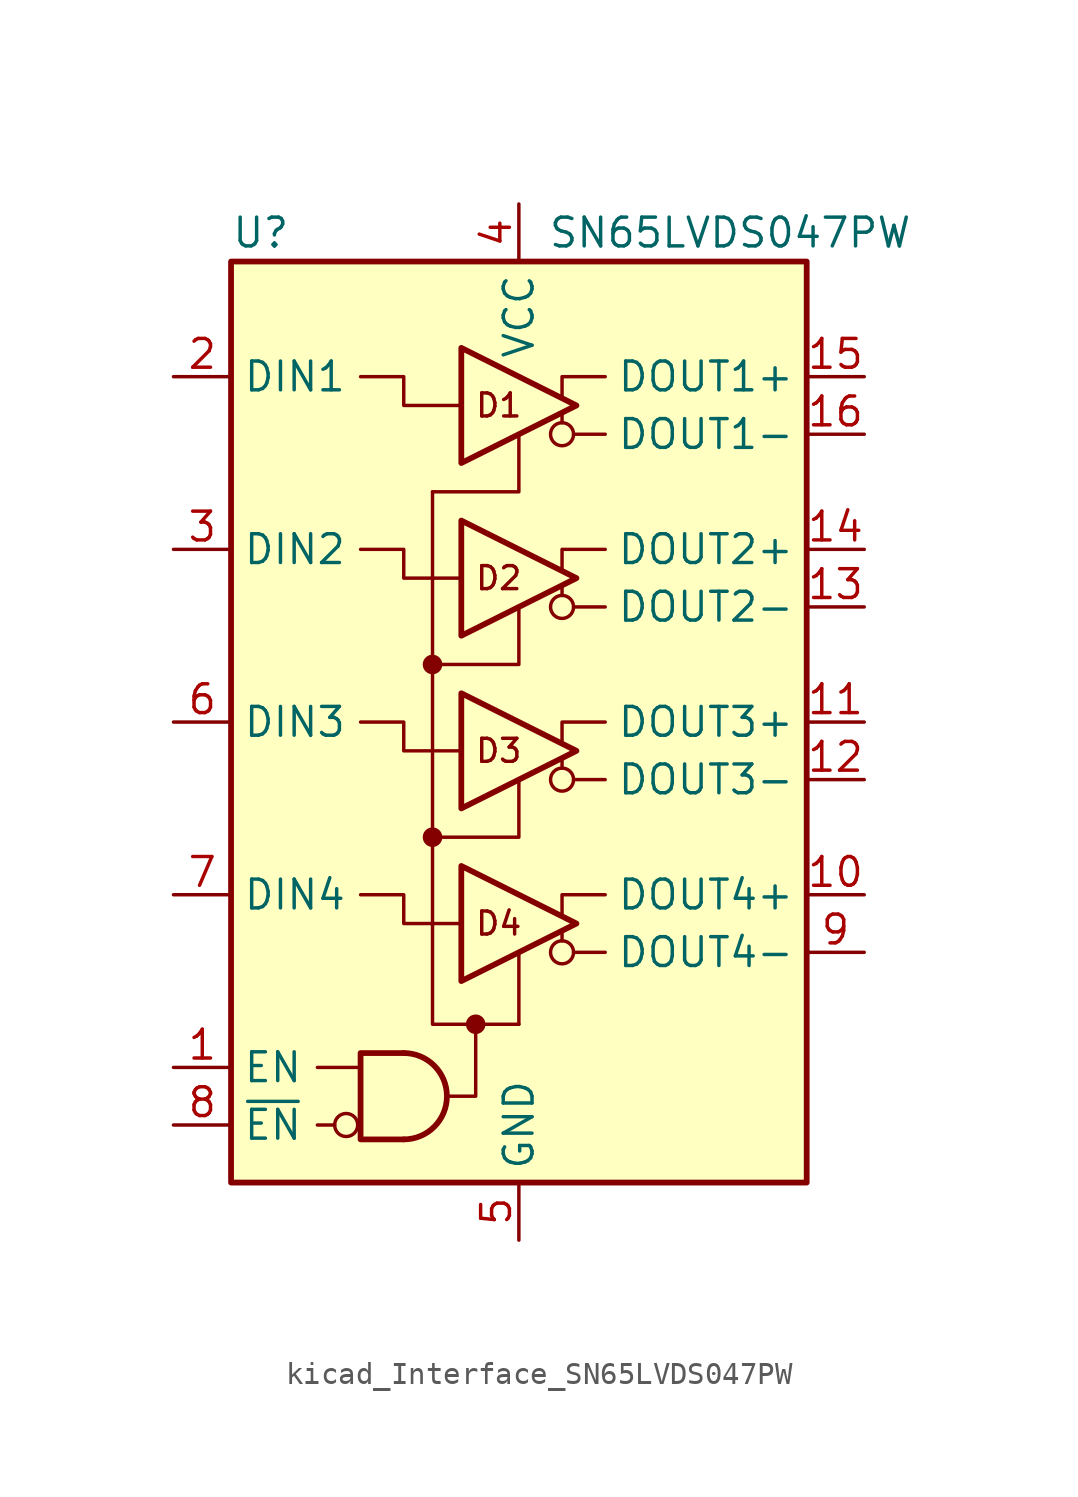
<source format=kicad_sym>
(kicad_symbol_lib
  (version 20220914)
  (generator kicad_symbol_editor)
  (symbol "kicad_Interface_SN65LVDS047PW"
    (property "Reference" "U"
      (at -12.7 21.59 0)
      (effects (font (size 1.27 1.27)) (justify left)))
    (property "Value" "SN65LVDS047PW"
      (at 1.27 21.59 0)
      (effects (font (size 1.27 1.27)) (justify left)))
    (symbol "kicad_Interface_SN65LVDS047PW_0_1"
      (polyline (pts (xy 1.905 -9.652) (xy 1.905 -9.271)) (stroke (width 0) (type default)) (fill (type none)))
      (polyline (pts (xy 1.905 -2.032) (xy 1.905 -1.651)) (stroke (width 0) (type default)) (fill (type none)))
      (polyline (pts (xy 1.905 5.588) (xy 1.905 5.969)) (stroke (width 0) (type default)) (fill (type none)))
      (polyline (pts (xy 1.905 13.208) (xy 1.905 13.589)) (stroke (width 0) (type default)) (fill (type none)))
      (polyline (pts (xy 0 12.7) (xy 0 10.16) (xy -3.81 10.16)) (stroke (width 0) (type default)) (fill (type none)))
      (polyline (pts (xy 3.81 0) (xy 1.905 0) (xy 1.905 -0.889)) (stroke (width 0) (type default)) (fill (type none)))
      (polyline (pts (xy -1.905 -13.335) (xy -1.905 -16.51) (xy -2.54 -16.51) (xy -3.175 -16.51)) (stroke (width 0) (type default)) (fill (type none)))
      (polyline (pts (xy 0 -13.335) (xy -2.54 -13.335) (xy -3.81 -13.335) (xy -3.81 10.16)) (stroke (width 0) (type default)) (fill (type none))))
    (symbol "kicad_Interface_SN65LVDS047PW_1_0"
      (rectangle (start -12.7 20.32) (end 12.7 -20.32) (stroke (width 0.254) (type default)) (fill (type background)))
      (circle (center -7.62 -17.78) (radius 0.508) (stroke (width 0) (type default)) (fill (type none)))
      (circle (center -3.81 -5.08) (radius 0.356) (stroke (width 0) (type default)) (fill (type outline)))
      (circle (center -3.81 2.54) (radius 0.356) (stroke (width 0) (type default)) (fill (type outline)))
      (circle (center -1.905 -13.335) (radius 0.356) (stroke (width 0) (type default)) (fill (type outline)))
      (polyline (pts (xy 0 -13.335) (xy 0 -10.16)) (stroke (width 0) (type default)) (fill (type none)))
      (polyline (pts (xy 3.81 -10.16) (xy 2.413 -10.16)) (stroke (width 0) (type default)) (fill (type none)))
      (polyline (pts (xy 3.81 -2.54) (xy 2.413 -2.54)) (stroke (width 0) (type default)) (fill (type none)))
      (polyline (pts (xy 3.81 5.08) (xy 2.413 5.08)) (stroke (width 0) (type default)) (fill (type none)))
      (polyline (pts (xy 3.81 12.7) (xy 2.413 12.7)) (stroke (width 0) (type default)) (fill (type none)))
      (polyline (pts (xy -3.81 -5.08) (xy 0 -5.08) (xy 0 -2.54)) (stroke (width 0) (type default)) (fill (type none)))
      (polyline (pts (xy -3.81 2.54) (xy 0 2.54) (xy 0 5.08)) (stroke (width 0) (type default)) (fill (type none)))
      (polyline (pts (xy 1.905 -8.509) (xy 1.905 -7.62) (xy 3.81 -7.62)) (stroke (width 0) (type default)) (fill (type none)))
      (polyline (pts (xy 1.905 6.731) (xy 1.905 7.62) (xy 3.81 7.62)) (stroke (width 0) (type default)) (fill (type none)))
      (polyline (pts (xy 1.905 14.351) (xy 1.905 15.24) (xy 3.81 15.24)) (stroke (width 0) (type default)) (fill (type none)))
      (polyline (pts (xy -2.54 -8.89) (xy -5.08 -8.89) (xy -5.08 -7.62) (xy -6.985 -7.62)) (stroke (width 0) (type default)) (fill (type none)))
      (polyline (pts (xy -2.54 -1.27) (xy -5.08 -1.27) (xy -5.08 0) (xy -6.985 0)) (stroke (width 0) (type default)) (fill (type none)))
      (polyline (pts (xy -2.54 6.35) (xy -5.08 6.35) (xy -5.08 7.62) (xy -6.985 7.62)) (stroke (width 0) (type default)) (fill (type none)))
      (polyline (pts (xy -2.54 13.97) (xy -5.08 13.97) (xy -5.08 15.24) (xy -6.985 15.24)) (stroke (width 0) (type default)) (fill (type none)))
      (circle (center 1.905 -10.16) (radius 0.508) (stroke (width 0) (type default)) (fill (type none)))
      (circle (center 1.905 -2.54) (radius 0.508) (stroke (width 0) (type default)) (fill (type none)))
      (circle (center 1.905 5.08) (radius 0.508) (stroke (width 0) (type default)) (fill (type none)))
      (circle (center 1.905 12.7) (radius 0.508) (stroke (width 0) (type default)) (fill (type none)))
      (text "D1" (at -0.889 13.97 0) (effects (font (size 1.016 1.016))))
      (text "D2" (at -0.889 6.35 0) (effects (font (size 1.016 1.016))))
      (text "D3" (at -0.889 -1.27 0) (effects (font (size 1.016 1.016))))
      (text "D4" (at -0.889 -8.89 0) (effects (font (size 1.016 1.016)))))
    (symbol "kicad_Interface_SN65LVDS047PW_1_1"
      (arc (start -5.08 -18.415) (mid -3.1833 -16.51) (end -5.08 -14.605) (stroke (width 0.254) (type default)) (fill (type none)))
      (polyline (pts (xy -8.89 -17.78) (xy -8.128 -17.78)) (stroke (width 0) (type default)) (fill (type none)))
      (polyline (pts (xy -8.89 -15.24) (xy -6.985 -15.24)) (stroke (width 0) (type default)) (fill (type none)))
      (polyline (pts (xy -5.08 -14.605) (xy -6.985 -14.605) (xy -6.985 -18.415) (xy -5.08 -18.415)) (stroke (width 0.254) (type default)) (fill (type none)))
      (polyline (pts (xy -2.54 -6.35) (xy -2.54 -11.43) (xy 2.54 -8.89) (xy -2.54 -6.35)) (stroke (width 0.254) (type default)) (fill (type none)))
      (polyline (pts (xy -2.54 1.27) (xy -2.54 -3.81) (xy 2.54 -1.27) (xy -2.54 1.27)) (stroke (width 0.254) (type default)) (fill (type none)))
      (polyline (pts (xy -2.54 8.89) (xy -2.54 3.81) (xy 2.54 6.35) (xy -2.54 8.89)) (stroke (width 0.254) (type default)) (fill (type none)))
      (polyline (pts (xy -2.54 16.51) (xy -2.54 11.43) (xy 2.54 13.97) (xy -2.54 16.51)) (stroke (width 0.254) (type default)) (fill (type none)))
      (pin input line (at -15.24 -15.24 0) (length 2.54) (name "EN" (effects (font (size 1.27 1.27)))) (number "1" (effects (font (size 1.27 1.27)))))
      (pin output line (at 15.24 -7.62 180) (length 2.54) (name "DOUT4+" (effects (font (size 1.27 1.27)))) (number "10" (effects (font (size 1.27 1.27)))))
      (pin output line (at 15.24 0 180) (length 2.54) (name "DOUT3+" (effects (font (size 1.27 1.27)))) (number "11" (effects (font (size 1.27 1.27)))))
      (pin output line (at 15.24 -2.54 180) (length 2.54) (name "DOUT3-" (effects (font (size 1.27 1.27)))) (number "12" (effects (font (size 1.27 1.27)))))
      (pin output line (at 15.24 5.08 180) (length 2.54) (name "DOUT2-" (effects (font (size 1.27 1.27)))) (number "13" (effects (font (size 1.27 1.27)))))
      (pin output line (at 15.24 7.62 180) (length 2.54) (name "DOUT2+" (effects (font (size 1.27 1.27)))) (number "14" (effects (font (size 1.27 1.27)))))
      (pin output line (at 15.24 15.24 180) (length 2.54) (name "DOUT1+" (effects (font (size 1.27 1.27)))) (number "15" (effects (font (size 1.27 1.27)))))
      (pin output line (at 15.24 12.7 180) (length 2.54) (name "DOUT1-" (effects (font (size 1.27 1.27)))) (number "16" (effects (font (size 1.27 1.27)))))
      (pin input line (at -15.24 15.24 0) (length 2.54) (name "DIN1" (effects (font (size 1.27 1.27)))) (number "2" (effects (font (size 1.27 1.27)))))
      (pin input line (at -15.24 7.62 0) (length 2.54) (name "DIN2" (effects (font (size 1.27 1.27)))) (number "3" (effects (font (size 1.27 1.27)))))
      (pin power_in line (at 0 22.86 270) (length 2.54) (name "VCC" (effects (font (size 1.27 1.27)))) (number "4" (effects (font (size 1.27 1.27)))))
      (pin power_in line (at 0 -22.86 90) (length 2.54) (name "GND" (effects (font (size 1.27 1.27)))) (number "5" (effects (font (size 1.27 1.27)))))
      (pin input line (at -15.24 0 0) (length 2.54) (name "DIN3" (effects (font (size 1.27 1.27)))) (number "6" (effects (font (size 1.27 1.27)))))
      (pin input line (at -15.24 -7.62 0) (length 2.54) (name "DIN4" (effects (font (size 1.27 1.27)))) (number "7" (effects (font (size 1.27 1.27)))))
      (pin input line (at -15.24 -17.78 0) (length 2.54) (name "~{EN}" (effects (font (size 1.27 1.27)))) (number "8" (effects (font (size 1.27 1.27)))))
      (pin output line (at 15.24 -10.16 180) (length 2.54) (name "DOUT4-" (effects (font (size 1.27 1.27)))) (number "9" (effects (font (size 1.27 1.27))))))))
</source>
